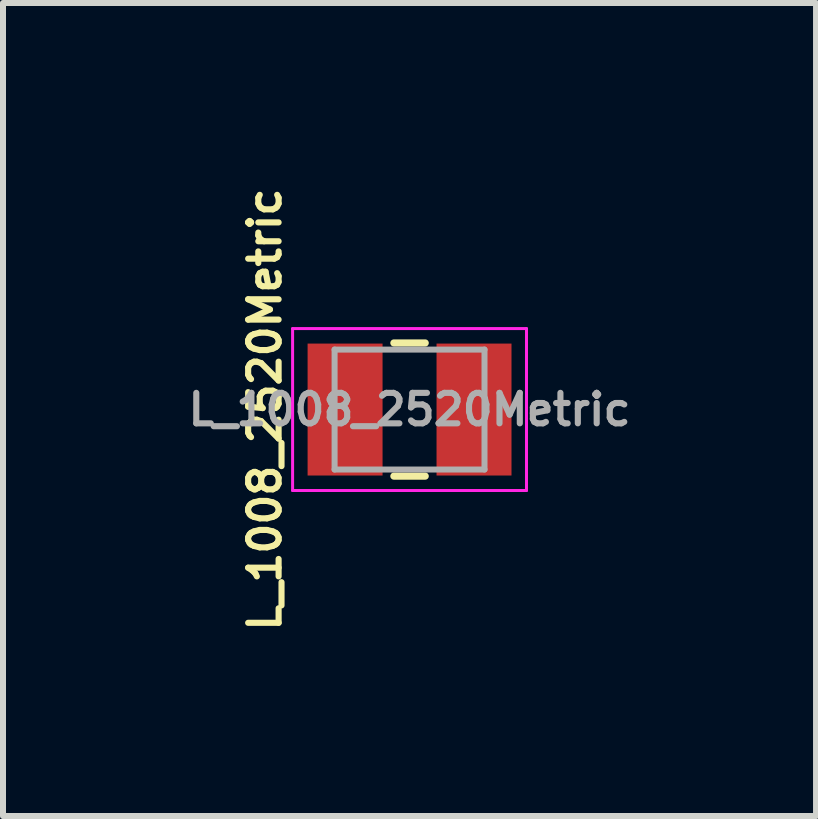
<source format=kicad_pcb>
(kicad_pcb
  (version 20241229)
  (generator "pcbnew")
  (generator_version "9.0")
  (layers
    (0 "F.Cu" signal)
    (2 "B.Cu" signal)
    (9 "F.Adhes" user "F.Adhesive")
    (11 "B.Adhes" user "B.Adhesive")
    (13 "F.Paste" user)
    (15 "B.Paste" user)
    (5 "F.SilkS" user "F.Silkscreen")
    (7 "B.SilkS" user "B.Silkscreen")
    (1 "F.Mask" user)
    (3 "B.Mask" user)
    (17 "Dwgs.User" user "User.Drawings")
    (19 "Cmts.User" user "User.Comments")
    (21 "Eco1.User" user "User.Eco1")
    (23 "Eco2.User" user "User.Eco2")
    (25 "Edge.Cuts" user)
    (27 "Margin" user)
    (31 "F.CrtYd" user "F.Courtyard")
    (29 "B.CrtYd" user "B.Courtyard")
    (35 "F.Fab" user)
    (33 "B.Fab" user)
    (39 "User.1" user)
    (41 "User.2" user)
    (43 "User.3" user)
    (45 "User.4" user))
  (footprint "L_1008_2520Metric"
    (layer "F.Cu")
    (at 3.779 3.779)
    (property "Reference" "L_1008_2520Metric" (at -2.413 0 90) (layer "F.SilkS") (effects (font (size 0.508 0.508) (thickness 0.102))))
    (attr smd)
    (fp_line (start -0.261 -1.11) (end 0.261 -1.11) (stroke (width 0.12) (type solid)) (layer "F.SilkS"))
    (fp_line (start -0.261 1.11) (end 0.261 1.11) (stroke (width 0.12) (type solid)) (layer "F.SilkS"))
    (fp_line (start -1.95 -1.35) (end 1.95 -1.35) (stroke (width 0.05) (type solid)) (layer "F.CrtYd"))
    (fp_line (start -1.95 1.35) (end -1.95 -1.35) (stroke (width 0.05) (type solid)) (layer "F.CrtYd"))
    (fp_line (start 1.95 -1.35) (end 1.95 1.35) (stroke (width 0.05) (type solid)) (layer "F.CrtYd"))
    (fp_line (start 1.95 1.35) (end -1.95 1.35) (stroke (width 0.05) (type solid)) (layer "F.CrtYd"))
    (fp_line (start -1.25 -1) (end 1.25 -1) (stroke (width 0.1) (type solid)) (layer "F.Fab"))
    (fp_line (start -1.25 1) (end -1.25 -1) (stroke (width 0.1) (type solid)) (layer "F.Fab"))
    (fp_line (start 1.25 -1) (end 1.25 1) (stroke (width 0.1) (type solid)) (layer "F.Fab"))
    (fp_line (start 1.25 1) (end -1.25 1) (stroke (width 0.1) (type solid)) (layer "F.Fab"))
    (fp_text user "${REFERENCE}" (at 0 0 0) (layer "F.Fab") (effects (font (size 0.508 0.508) (thickness 0.102))))
    (pad "1" smd rect (at -1.075 0) (size 1.25 2.2) (layers "F.Cu" "F.Mask" "F.Paste"))
    (pad "2" smd rect (at 1.075 0) (size 1.25 2.2) (layers "F.Cu" "F.Mask" "F.Paste")))
  (gr_rect
    (start -3 -3)
    (end 10.557 10.557)
    (stroke (width 0.1) (type default))
    (fill no)
    (layer "Edge.Cuts")))
</source>
